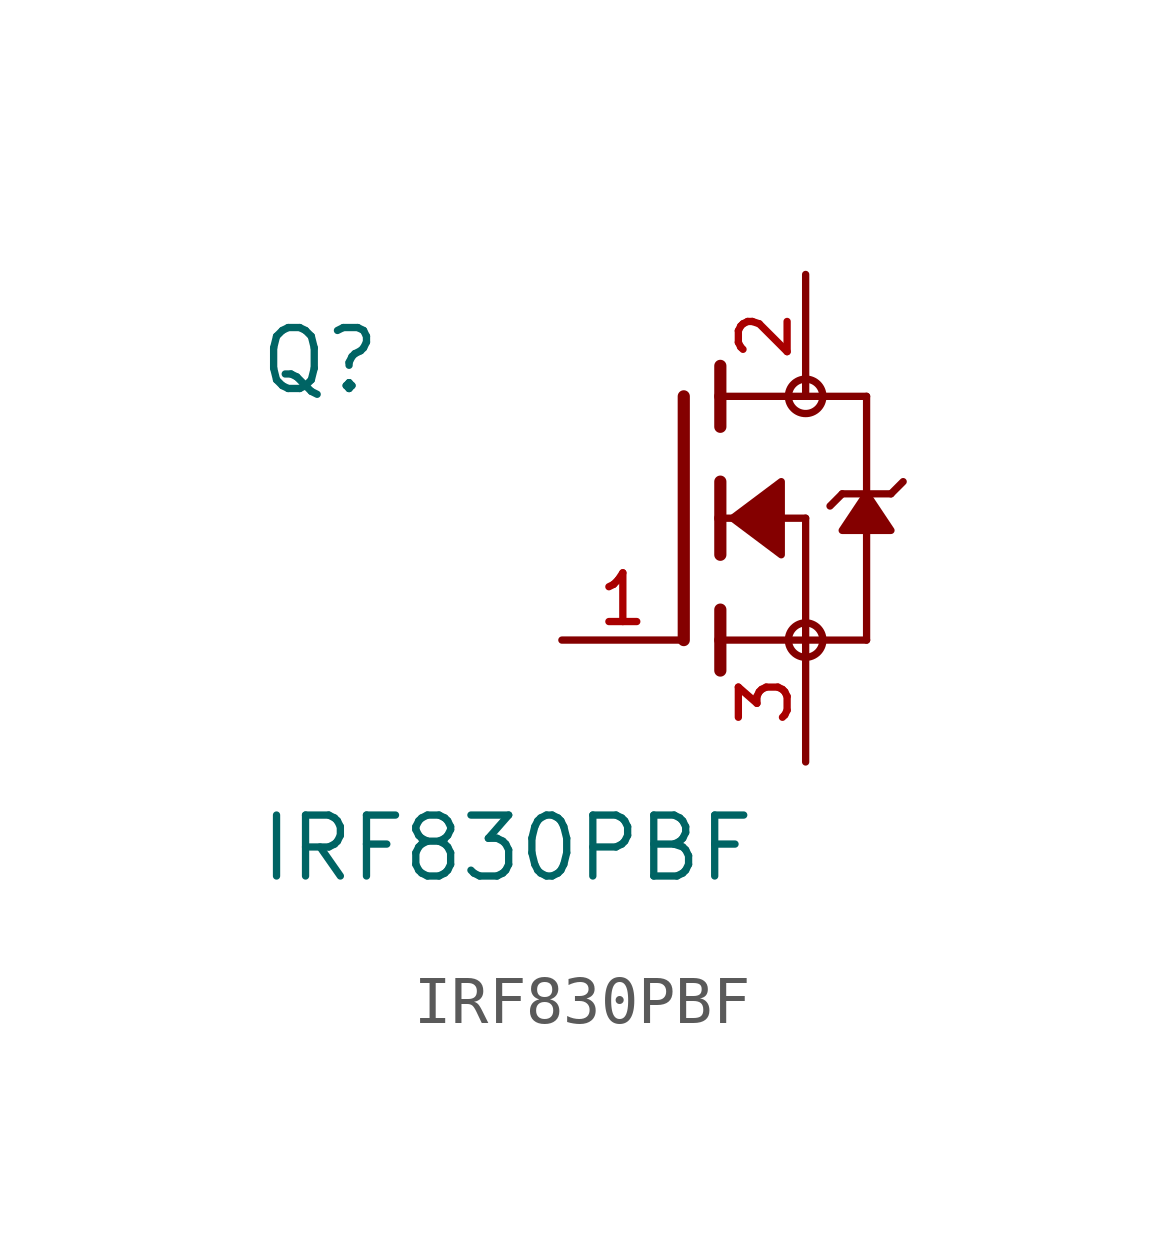
<source format=kicad_sym>
(kicad_symbol_lib
  (version 20211014)
  (generator kicad_symbol_editor)
  (symbol "IRF830PBF"
    (pin_names
      (offset 1.016))
    (property "Reference" "Q"
      (at -8.89 2.54 0)
      (effects (font (size 1.27 1.27)) (justify bottom left)))
    (property "Value" "IRF830PBF"
      (at -8.89 -7.62 0)
      (effects (font (size 1.27 1.27)) (justify bottom left)))
    (symbol "IRF830PBF_0_0"
      (polyline (pts (xy 0.762 0.762) (xy 0.762 0.0)) (stroke (width 0.254)))
      (polyline (pts (xy 0.762 0.0) (xy 0.762 -0.762)) (stroke (width 0.254)))
      (polyline (pts (xy 0.762 3.175) (xy 0.762 2.54)) (stroke (width 0.254)))
      (polyline (pts (xy 0.762 2.54) (xy 0.762 1.905)) (stroke (width 0.254)))
      (polyline (pts (xy 0.762 0.0) (xy 2.54 0.0)) (stroke (width 0.152)))
      (polyline (pts (xy 2.54 0.0) (xy 2.54 -2.54)) (stroke (width 0.152)))
      (polyline (pts (xy 0.762 -1.905) (xy 0.762 -2.54)) (stroke (width 0.254)))
      (polyline (pts (xy 0.762 -2.54) (xy 0.762 -3.175)) (stroke (width 0.254)))
      (polyline (pts (xy 0.0 2.54) (xy 0.0 -2.54)) (stroke (width 0.254)))
      (polyline (pts (xy 2.54 -2.54) (xy 0.762 -2.54)) (stroke (width 0.152)))
      (polyline (pts (xy 3.81 2.54) (xy 3.81 0.508)) (stroke (width 0.152)))
      (polyline (pts (xy 3.81 0.508) (xy 3.81 -2.54)) (stroke (width 0.152)))
      (polyline (pts (xy 2.54 -2.54) (xy 3.81 -2.54)) (stroke (width 0.152)))
      (polyline (pts (xy 0.762 2.54) (xy 3.81 2.54)) (stroke (width 0.152)))
      (polyline (pts (xy 4.572 0.762) (xy 4.318 0.508)) (stroke (width 0.152)))
      (polyline (pts (xy 4.318 0.508) (xy 3.81 0.508)) (stroke (width 0.152)))
      (polyline (pts (xy 3.81 0.508) (xy 3.302 0.508)) (stroke (width 0.152)))
      (polyline (pts (xy 3.302 0.508) (xy 3.048 0.254)) (stroke (width 0.152)))
      (circle (center 2.54 -2.54) (radius 0.359) (stroke (width 0.0)) (fill (type none)))
      (circle (center 2.54 2.54) (radius 0.359) (stroke (width 0.0)) (fill (type none)))
      (polyline (pts (xy 3.81 0.508) (xy 3.302 -0.254) (xy 4.318 -0.254) (xy 3.81 0.508)) (stroke (width 0.152)) (fill (type outline)))
      (polyline (pts (xy 1.016 0.0) (xy 2.032 0.762) (xy 2.032 -0.762) (xy 1.016 0.0)) (stroke (width 0.152)) (fill (type outline)))
      (pin passive line (at 2.54 -5.08 90.0) (length 2.54) (name "~" (effects (font (size 1.016 1.016)))) (number "3" (effects (font (size 1.016 1.016)))))
      (pin passive line (at -2.54 -2.54 0) (length 2.54) (name "~" (effects (font (size 1.016 1.016)))) (number "1" (effects (font (size 1.016 1.016)))))
      (pin passive line (at 2.54 5.08 270.0) (length 2.54) (name "~" (effects (font (size 1.016 1.016)))) (number "2" (effects (font (size 1.016 1.016))))))))
</source>
